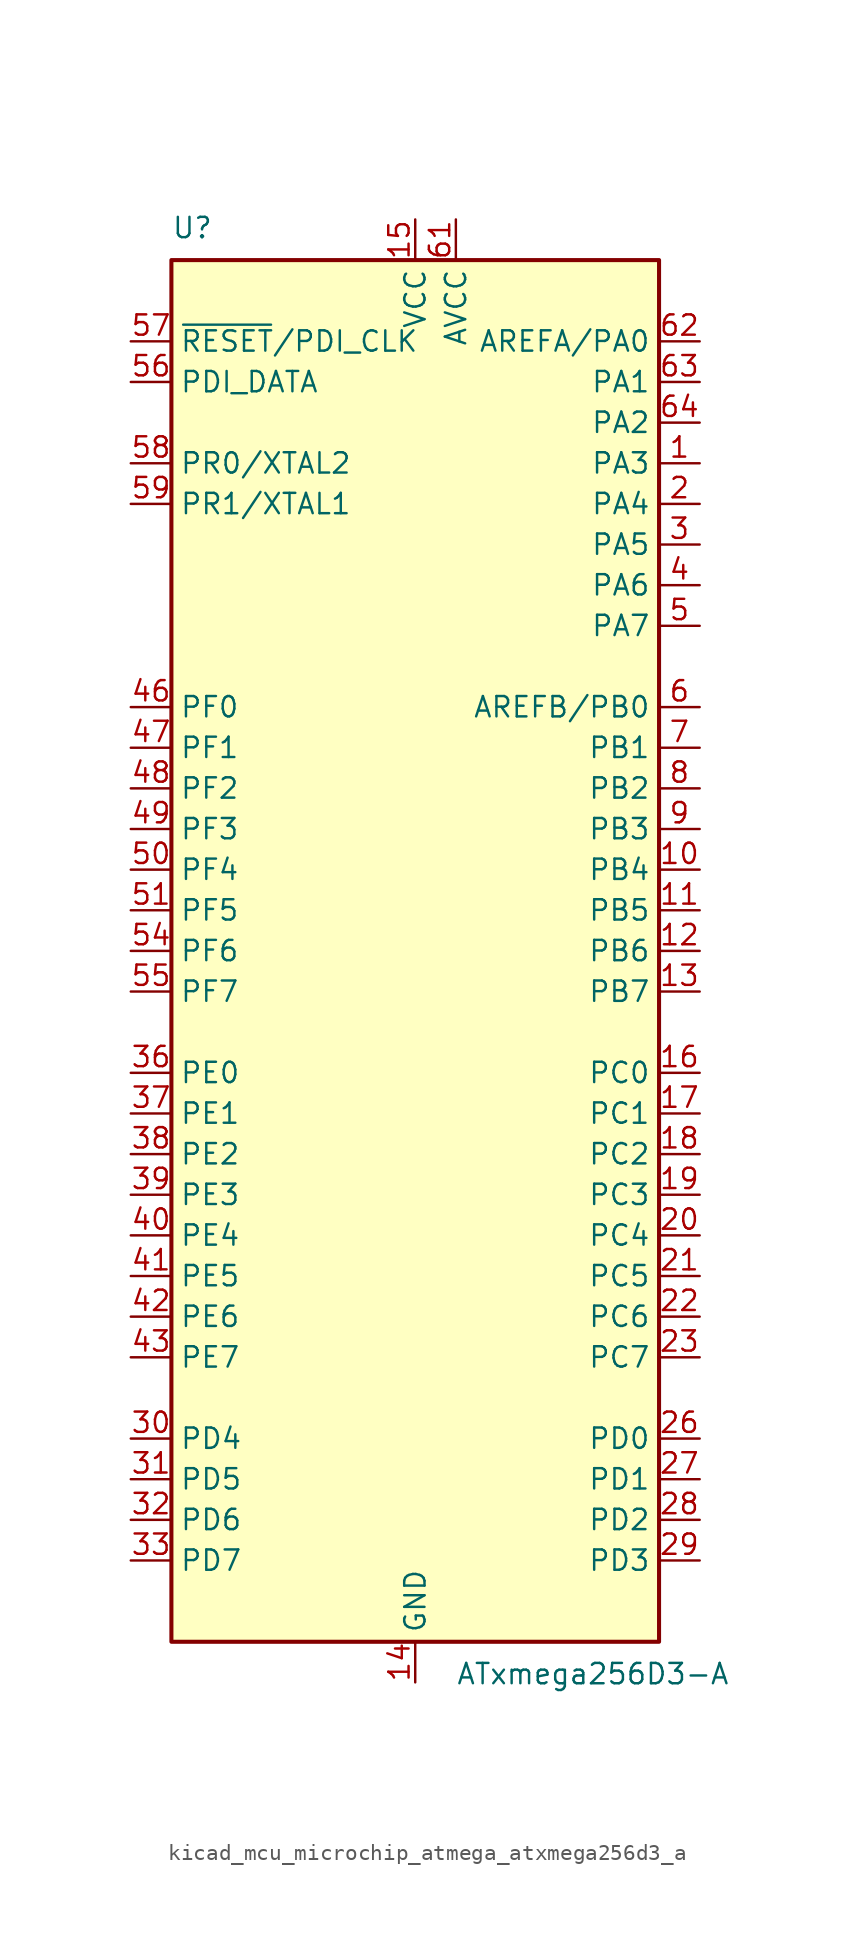
<source format=kicad_sym>
(kicad_symbol_lib
  (version 20220914)
  (generator kicad_symbol_editor)
  (symbol "kicad_mcu_microchip_atmega_atxmega256d3_a"
    (property "Reference" "U"
      (at -15.24 44.45 0)
      (effects (font (size 1.27 1.27)) (justify left bottom)))
    (property "Value" "ATxmega256D3-A"
      (at 2.54 -44.45 0)
      (effects (font (size 1.27 1.27)) (justify left top)))
    (symbol "kicad_mcu_microchip_atmega_atxmega256d3_a_0_1"
      (rectangle (start -15.24 -43.18) (end 15.24 43.18) (stroke (width 0.254) (type default)) (fill (type background))))
    (symbol "kicad_mcu_microchip_atmega_atxmega256d3_a_1_1"
      (pin bidirectional line (at 17.78 30.48 180) (length 2.54) (name "PA3" (effects (font (size 1.27 1.27)))) (number "1" (effects (font (size 1.27 1.27)))))
      (pin bidirectional line (at 17.78 5.08 180) (length 2.54) (name "PB4" (effects (font (size 1.27 1.27)))) (number "10" (effects (font (size 1.27 1.27)))))
      (pin bidirectional line (at 17.78 2.54 180) (length 2.54) (name "PB5" (effects (font (size 1.27 1.27)))) (number "11" (effects (font (size 1.27 1.27)))))
      (pin bidirectional line (at 17.78 0 180) (length 2.54) (name "PB6" (effects (font (size 1.27 1.27)))) (number "12" (effects (font (size 1.27 1.27)))))
      (pin bidirectional line (at 17.78 -2.54 180) (length 2.54) (name "PB7" (effects (font (size 1.27 1.27)))) (number "13" (effects (font (size 1.27 1.27)))))
      (pin power_in line (at 0 -45.72 90) (length 2.54) (name "GND" (effects (font (size 1.27 1.27)))) (number "14" (effects (font (size 1.27 1.27)))))
      (pin power_in line (at 0 45.72 270) (length 2.54) (name "VCC" (effects (font (size 1.27 1.27)))) (number "15" (effects (font (size 1.27 1.27)))))
      (pin bidirectional line (at 17.78 -7.62 180) (length 2.54) (name "PC0" (effects (font (size 1.27 1.27)))) (number "16" (effects (font (size 1.27 1.27)))))
      (pin bidirectional line (at 17.78 -10.16 180) (length 2.54) (name "PC1" (effects (font (size 1.27 1.27)))) (number "17" (effects (font (size 1.27 1.27)))))
      (pin bidirectional line (at 17.78 -12.7 180) (length 2.54) (name "PC2" (effects (font (size 1.27 1.27)))) (number "18" (effects (font (size 1.27 1.27)))))
      (pin bidirectional line (at 17.78 -15.24 180) (length 2.54) (name "PC3" (effects (font (size 1.27 1.27)))) (number "19" (effects (font (size 1.27 1.27)))))
      (pin bidirectional line (at 17.78 27.94 180) (length 2.54) (name "PA4" (effects (font (size 1.27 1.27)))) (number "2" (effects (font (size 1.27 1.27)))))
      (pin bidirectional line (at 17.78 -17.78 180) (length 2.54) (name "PC4" (effects (font (size 1.27 1.27)))) (number "20" (effects (font (size 1.27 1.27)))))
      (pin bidirectional line (at 17.78 -20.32 180) (length 2.54) (name "PC5" (effects (font (size 1.27 1.27)))) (number "21" (effects (font (size 1.27 1.27)))))
      (pin bidirectional line (at 17.78 -22.86 180) (length 2.54) (name "PC6" (effects (font (size 1.27 1.27)))) (number "22" (effects (font (size 1.27 1.27)))))
      (pin bidirectional line (at 17.78 -25.4 180) (length 2.54) (name "PC7" (effects (font (size 1.27 1.27)))) (number "23" (effects (font (size 1.27 1.27)))))
      (pin passive line (at 0 -45.72 90) (length 2.54) hide (name "GND" (effects (font (size 1.27 1.27)))) (number "24" (effects (font (size 1.27 1.27)))))
      (pin passive line (at 0 45.72 270) (length 2.54) hide (name "VCC" (effects (font (size 1.27 1.27)))) (number "25" (effects (font (size 1.27 1.27)))))
      (pin bidirectional line (at 17.78 -30.48 180) (length 2.54) (name "PD0" (effects (font (size 1.27 1.27)))) (number "26" (effects (font (size 1.27 1.27)))))
      (pin bidirectional line (at 17.78 -33.02 180) (length 2.54) (name "PD1" (effects (font (size 1.27 1.27)))) (number "27" (effects (font (size 1.27 1.27)))))
      (pin bidirectional line (at 17.78 -35.56 180) (length 2.54) (name "PD2" (effects (font (size 1.27 1.27)))) (number "28" (effects (font (size 1.27 1.27)))))
      (pin bidirectional line (at 17.78 -38.1 180) (length 2.54) (name "PD3" (effects (font (size 1.27 1.27)))) (number "29" (effects (font (size 1.27 1.27)))))
      (pin bidirectional line (at 17.78 25.4 180) (length 2.54) (name "PA5" (effects (font (size 1.27 1.27)))) (number "3" (effects (font (size 1.27 1.27)))))
      (pin bidirectional line (at -17.78 -30.48 0) (length 2.54) (name "PD4" (effects (font (size 1.27 1.27)))) (number "30" (effects (font (size 1.27 1.27)))))
      (pin bidirectional line (at -17.78 -33.02 0) (length 2.54) (name "PD5" (effects (font (size 1.27 1.27)))) (number "31" (effects (font (size 1.27 1.27)))))
      (pin bidirectional line (at -17.78 -35.56 0) (length 2.54) (name "PD6" (effects (font (size 1.27 1.27)))) (number "32" (effects (font (size 1.27 1.27)))))
      (pin bidirectional line (at -17.78 -38.1 0) (length 2.54) (name "PD7" (effects (font (size 1.27 1.27)))) (number "33" (effects (font (size 1.27 1.27)))))
      (pin passive line (at 0 -45.72 90) (length 2.54) hide (name "GND" (effects (font (size 1.27 1.27)))) (number "34" (effects (font (size 1.27 1.27)))))
      (pin passive line (at 0 45.72 270) (length 2.54) hide (name "VCC" (effects (font (size 1.27 1.27)))) (number "35" (effects (font (size 1.27 1.27)))))
      (pin bidirectional line (at -17.78 -7.62 0) (length 2.54) (name "PE0" (effects (font (size 1.27 1.27)))) (number "36" (effects (font (size 1.27 1.27)))))
      (pin bidirectional line (at -17.78 -10.16 0) (length 2.54) (name "PE1" (effects (font (size 1.27 1.27)))) (number "37" (effects (font (size 1.27 1.27)))))
      (pin bidirectional line (at -17.78 -12.7 0) (length 2.54) (name "PE2" (effects (font (size 1.27 1.27)))) (number "38" (effects (font (size 1.27 1.27)))))
      (pin bidirectional line (at -17.78 -15.24 0) (length 2.54) (name "PE3" (effects (font (size 1.27 1.27)))) (number "39" (effects (font (size 1.27 1.27)))))
      (pin bidirectional line (at 17.78 22.86 180) (length 2.54) (name "PA6" (effects (font (size 1.27 1.27)))) (number "4" (effects (font (size 1.27 1.27)))))
      (pin bidirectional line (at -17.78 -17.78 0) (length 2.54) (name "PE4" (effects (font (size 1.27 1.27)))) (number "40" (effects (font (size 1.27 1.27)))))
      (pin bidirectional line (at -17.78 -20.32 0) (length 2.54) (name "PE5" (effects (font (size 1.27 1.27)))) (number "41" (effects (font (size 1.27 1.27)))))
      (pin bidirectional line (at -17.78 -22.86 0) (length 2.54) (name "PE6" (effects (font (size 1.27 1.27)))) (number "42" (effects (font (size 1.27 1.27)))))
      (pin bidirectional line (at -17.78 -25.4 0) (length 2.54) (name "PE7" (effects (font (size 1.27 1.27)))) (number "43" (effects (font (size 1.27 1.27)))))
      (pin passive line (at 0 -45.72 90) (length 2.54) hide (name "GND" (effects (font (size 1.27 1.27)))) (number "44" (effects (font (size 1.27 1.27)))))
      (pin passive line (at 0 45.72 270) (length 2.54) hide (name "VCC" (effects (font (size 1.27 1.27)))) (number "45" (effects (font (size 1.27 1.27)))))
      (pin bidirectional line (at -17.78 15.24 0) (length 2.54) (name "PF0" (effects (font (size 1.27 1.27)))) (number "46" (effects (font (size 1.27 1.27)))))
      (pin bidirectional line (at -17.78 12.7 0) (length 2.54) (name "PF1" (effects (font (size 1.27 1.27)))) (number "47" (effects (font (size 1.27 1.27)))))
      (pin bidirectional line (at -17.78 10.16 0) (length 2.54) (name "PF2" (effects (font (size 1.27 1.27)))) (number "48" (effects (font (size 1.27 1.27)))))
      (pin bidirectional line (at -17.78 7.62 0) (length 2.54) (name "PF3" (effects (font (size 1.27 1.27)))) (number "49" (effects (font (size 1.27 1.27)))))
      (pin bidirectional line (at 17.78 20.32 180) (length 2.54) (name "PA7" (effects (font (size 1.27 1.27)))) (number "5" (effects (font (size 1.27 1.27)))))
      (pin bidirectional line (at -17.78 5.08 0) (length 2.54) (name "PF4" (effects (font (size 1.27 1.27)))) (number "50" (effects (font (size 1.27 1.27)))))
      (pin bidirectional line (at -17.78 2.54 0) (length 2.54) (name "PF5" (effects (font (size 1.27 1.27)))) (number "51" (effects (font (size 1.27 1.27)))))
      (pin passive line (at 0 -45.72 90) (length 2.54) hide (name "GND" (effects (font (size 1.27 1.27)))) (number "52" (effects (font (size 1.27 1.27)))))
      (pin passive line (at 0 45.72 270) (length 2.54) hide (name "VCC" (effects (font (size 1.27 1.27)))) (number "53" (effects (font (size 1.27 1.27)))))
      (pin bidirectional line (at -17.78 0 0) (length 2.54) (name "PF6" (effects (font (size 1.27 1.27)))) (number "54" (effects (font (size 1.27 1.27)))))
      (pin bidirectional line (at -17.78 -2.54 0) (length 2.54) (name "PF7" (effects (font (size 1.27 1.27)))) (number "55" (effects (font (size 1.27 1.27)))))
      (pin bidirectional line (at -17.78 35.56 0) (length 2.54) (name "PDI_DATA" (effects (font (size 1.27 1.27)))) (number "56" (effects (font (size 1.27 1.27)))))
      (pin input line (at -17.78 38.1 0) (length 2.54) (name "~{RESET}/PDI_CLK" (effects (font (size 1.27 1.27)))) (number "57" (effects (font (size 1.27 1.27)))))
      (pin bidirectional line (at -17.78 30.48 0) (length 2.54) (name "PR0/XTAL2" (effects (font (size 1.27 1.27)))) (number "58" (effects (font (size 1.27 1.27)))))
      (pin bidirectional line (at -17.78 27.94 0) (length 2.54) (name "PR1/XTAL1" (effects (font (size 1.27 1.27)))) (number "59" (effects (font (size 1.27 1.27)))))
      (pin bidirectional line (at 17.78 15.24 180) (length 2.54) (name "AREFB/PB0" (effects (font (size 1.27 1.27)))) (number "6" (effects (font (size 1.27 1.27)))))
      (pin passive line (at 0 -45.72 90) (length 2.54) hide (name "GND" (effects (font (size 1.27 1.27)))) (number "60" (effects (font (size 1.27 1.27)))))
      (pin power_in line (at 2.54 45.72 270) (length 2.54) (name "AVCC" (effects (font (size 1.27 1.27)))) (number "61" (effects (font (size 1.27 1.27)))))
      (pin bidirectional line (at 17.78 38.1 180) (length 2.54) (name "AREFA/PA0" (effects (font (size 1.27 1.27)))) (number "62" (effects (font (size 1.27 1.27)))))
      (pin bidirectional line (at 17.78 35.56 180) (length 2.54) (name "PA1" (effects (font (size 1.27 1.27)))) (number "63" (effects (font (size 1.27 1.27)))))
      (pin bidirectional line (at 17.78 33.02 180) (length 2.54) (name "PA2" (effects (font (size 1.27 1.27)))) (number "64" (effects (font (size 1.27 1.27)))))
      (pin bidirectional line (at 17.78 12.7 180) (length 2.54) (name "PB1" (effects (font (size 1.27 1.27)))) (number "7" (effects (font (size 1.27 1.27)))))
      (pin bidirectional line (at 17.78 10.16 180) (length 2.54) (name "PB2" (effects (font (size 1.27 1.27)))) (number "8" (effects (font (size 1.27 1.27)))))
      (pin bidirectional line (at 17.78 7.62 180) (length 2.54) (name "PB3" (effects (font (size 1.27 1.27)))) (number "9" (effects (font (size 1.27 1.27))))))))
</source>
